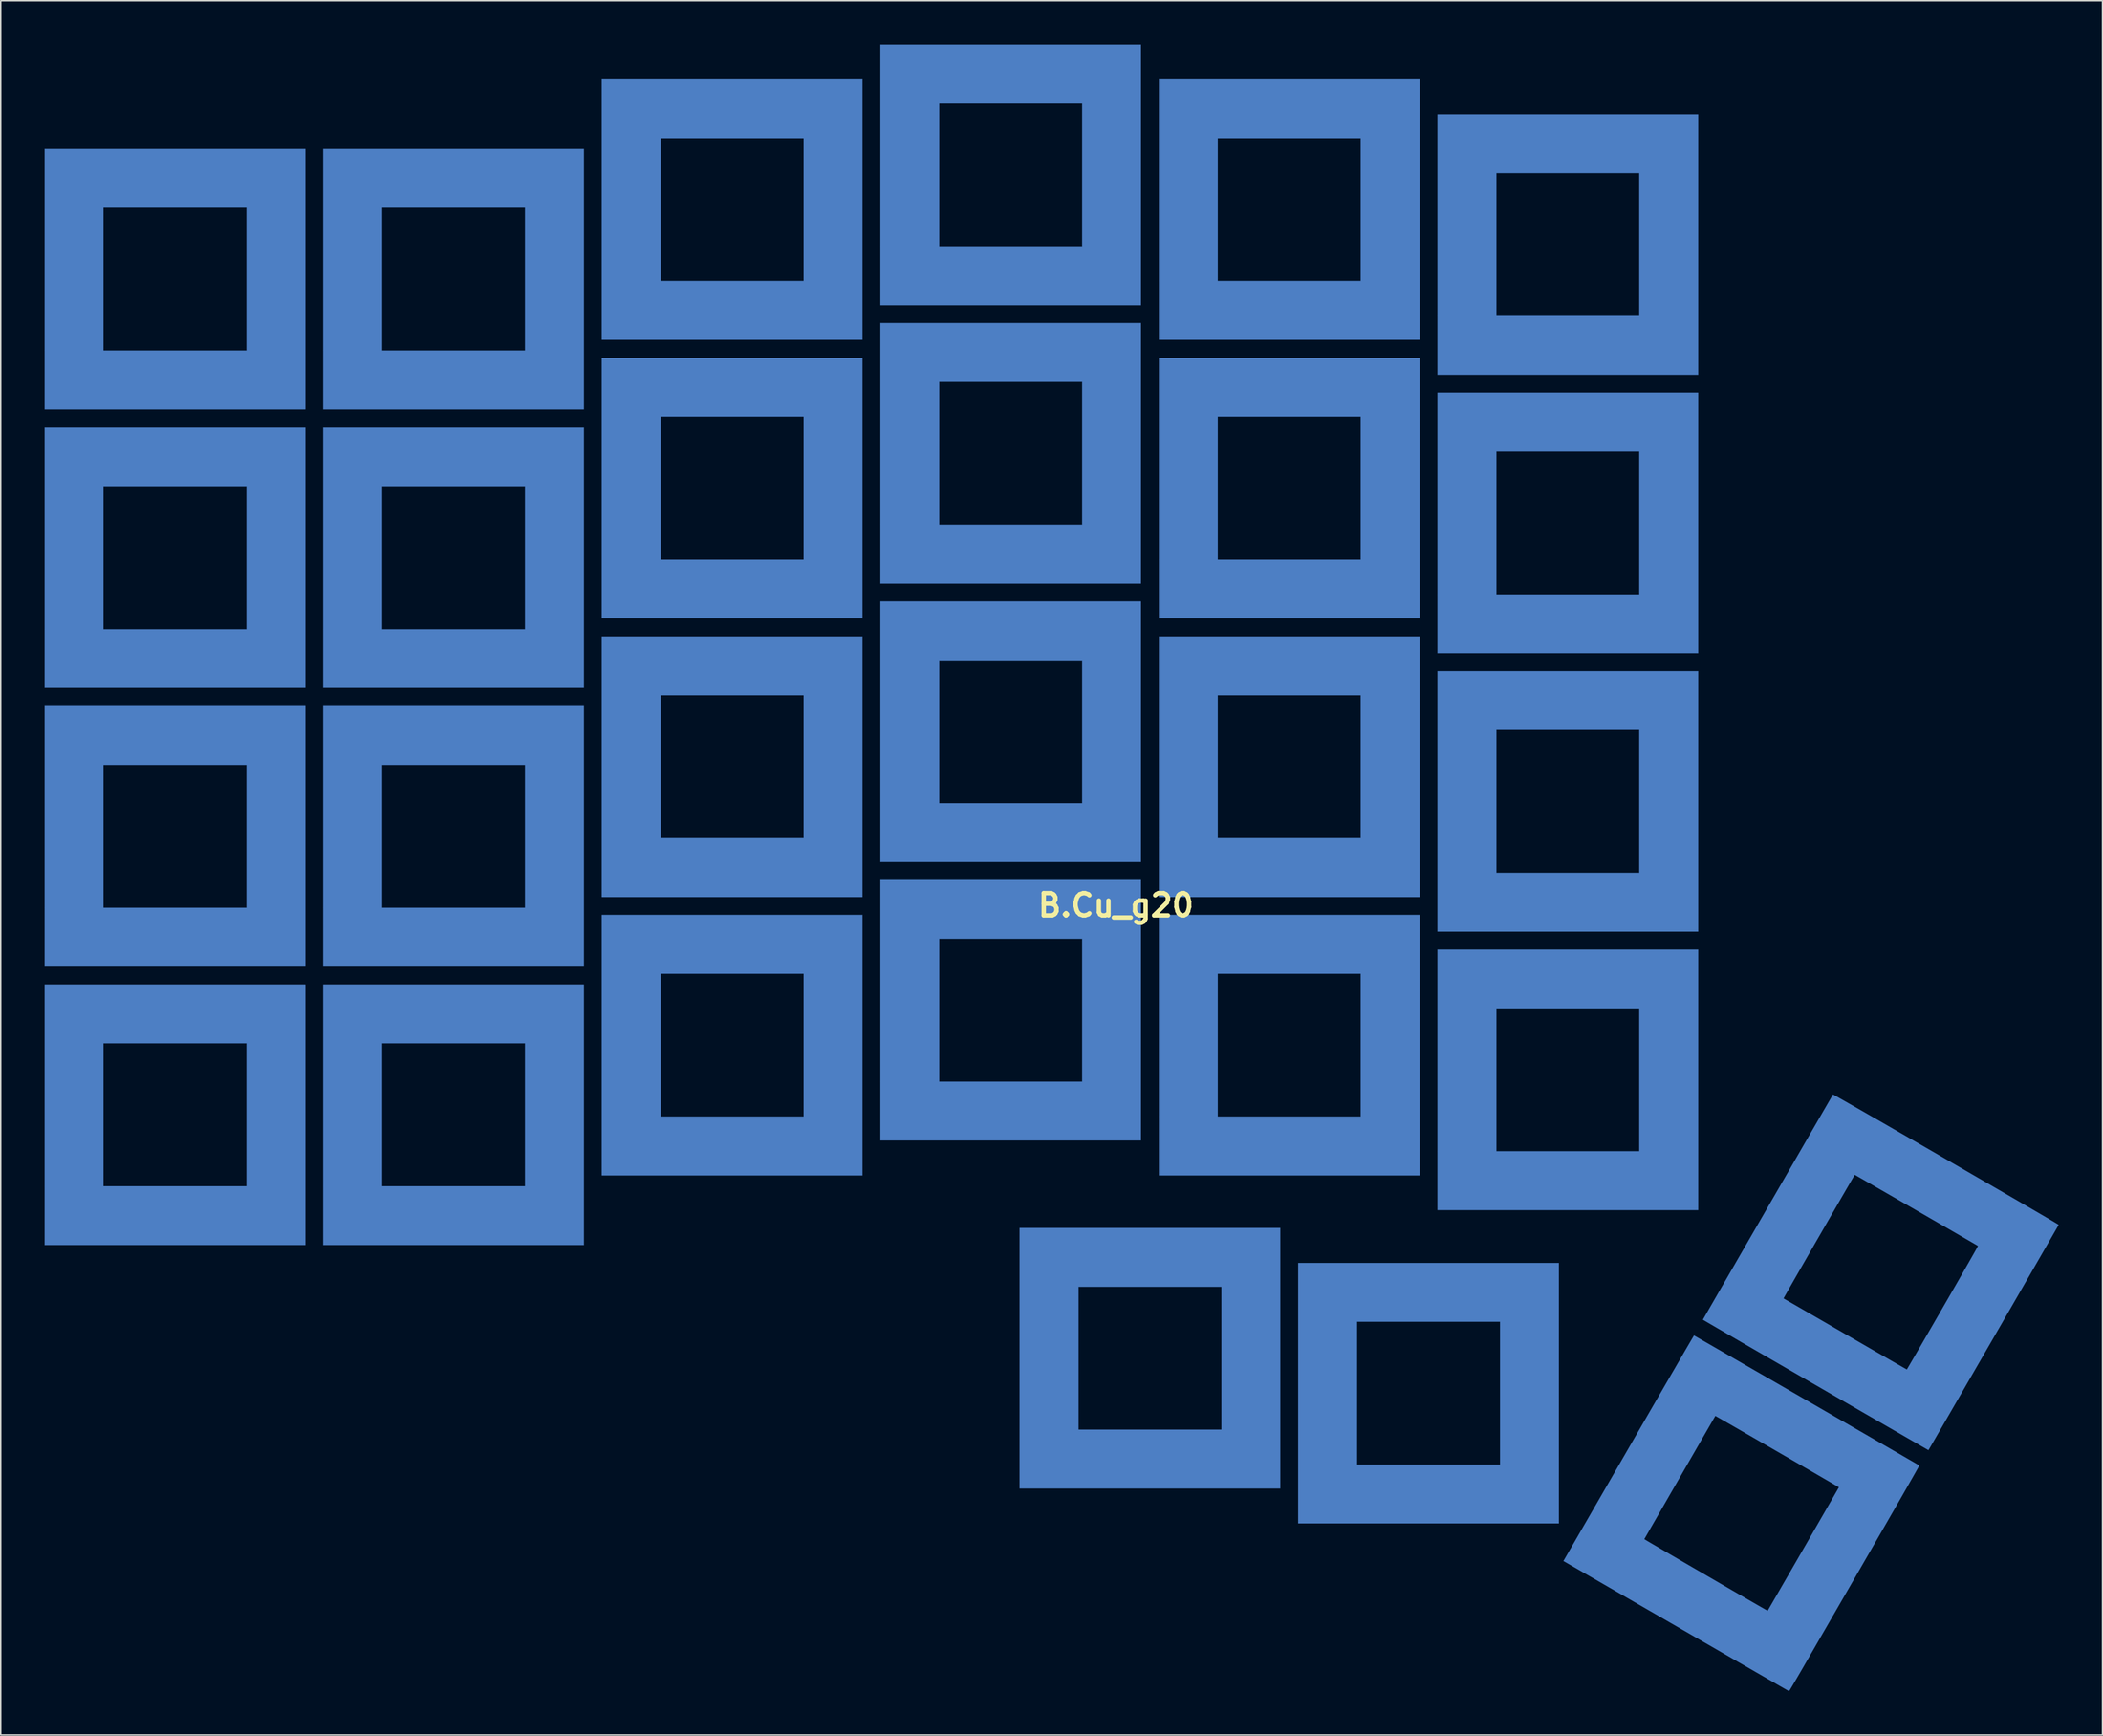
<source format=kicad_pcb>
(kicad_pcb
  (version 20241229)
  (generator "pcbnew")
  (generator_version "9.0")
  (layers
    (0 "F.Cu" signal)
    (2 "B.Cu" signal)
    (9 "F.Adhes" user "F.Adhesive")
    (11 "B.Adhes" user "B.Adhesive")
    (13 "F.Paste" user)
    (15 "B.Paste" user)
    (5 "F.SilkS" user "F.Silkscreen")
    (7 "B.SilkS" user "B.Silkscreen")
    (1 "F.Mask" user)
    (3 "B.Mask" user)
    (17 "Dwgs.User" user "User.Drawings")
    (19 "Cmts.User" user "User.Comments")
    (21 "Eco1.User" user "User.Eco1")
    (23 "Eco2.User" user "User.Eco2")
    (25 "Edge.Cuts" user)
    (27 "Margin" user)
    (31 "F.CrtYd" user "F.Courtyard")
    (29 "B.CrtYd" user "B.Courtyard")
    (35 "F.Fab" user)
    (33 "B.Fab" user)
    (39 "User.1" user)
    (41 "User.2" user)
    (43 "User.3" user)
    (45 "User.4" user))
  (footprint "B.Cu_g20"
    (layer "F.Cu")
    (at 73.263 58.891)
    (property "Reference" "B.Cu_g20" (at 0 0 0) (layer "F.SilkS") (effects (font (size 1.524 1.524) (thickness 0.3))))
    (attr through_hole)
    (fp_poly (pts (xy -55.435 -33.93) (xy -73.258 -33.93) (xy -73.258 -47.731) (xy -69.236 -47.731) (xy -69.236 -37.952) (xy -59.457 -37.952) (xy -59.457 -47.731) (xy -69.236 -47.731) (xy -73.258 -47.731) (xy -73.258 -51.752) (xy -55.435 -51.752) (xy -55.435 -33.93)) (stroke (width 0.01) (type solid)) (fill yes) (layer "B.Cu"))
    (fp_poly (pts (xy -55.435 -14.88) (xy -73.258 -14.88) (xy -73.258 -28.681) (xy -69.236 -28.681) (xy -69.236 -18.881) (xy -59.457 -18.881) (xy -59.457 -28.681) (xy -69.236 -28.681) (xy -73.258 -28.681) (xy -73.258 -32.681) (xy -55.435 -32.681) (xy -55.435 -14.88)) (stroke (width 0.01) (type solid)) (fill yes) (layer "B.Cu"))
    (fp_poly (pts (xy -55.435 4.191) (xy -73.258 4.191) (xy -73.258 -9.61) (xy -69.236 -9.61) (xy -69.236 0.169) (xy -59.457 0.169) (xy -59.457 -9.61) (xy -69.236 -9.61) (xy -73.258 -9.61) (xy -73.258 -13.631) (xy -55.435 -13.631) (xy -55.435 4.191)) (stroke (width 0.01) (type solid)) (fill yes) (layer "B.Cu"))
    (fp_poly (pts (xy -55.435 23.241) (xy -73.258 23.241) (xy -73.258 9.44) (xy -69.236 9.44) (xy -69.236 19.219) (xy -59.457 19.219) (xy -59.457 9.44) (xy -69.236 9.44) (xy -73.258 9.44) (xy -73.258 5.419) (xy -55.435 5.419) (xy -55.435 23.241)) (stroke (width 0.01) (type solid)) (fill yes) (layer "B.Cu"))
    (fp_poly (pts (xy -36.386 -33.93) (xy -54.208 -33.93) (xy -54.208 -47.731) (xy -50.186 -47.731) (xy -50.186 -37.952) (xy -40.407 -37.952) (xy -40.407 -47.731) (xy -50.186 -47.731) (xy -54.208 -47.731) (xy -54.208 -51.752) (xy -36.386 -51.752) (xy -36.386 -33.93)) (stroke (width 0.01) (type solid)) (fill yes) (layer "B.Cu"))
    (fp_poly (pts (xy -36.386 -14.88) (xy -54.208 -14.88) (xy -54.208 -28.681) (xy -50.186 -28.681) (xy -50.186 -18.881) (xy -40.407 -18.881) (xy -40.407 -28.681) (xy -50.186 -28.681) (xy -54.208 -28.681) (xy -54.208 -32.681) (xy -36.386 -32.681) (xy -36.386 -14.88)) (stroke (width 0.01) (type solid)) (fill yes) (layer "B.Cu"))
    (fp_poly (pts (xy -36.386 4.191) (xy -54.208 4.191) (xy -54.208 -9.61) (xy -50.186 -9.61) (xy -50.186 0.169) (xy -40.407 0.169) (xy -40.407 -9.61) (xy -50.186 -9.61) (xy -54.208 -9.61) (xy -54.208 -13.631) (xy -36.386 -13.631) (xy -36.386 4.191)) (stroke (width 0.01) (type solid)) (fill yes) (layer "B.Cu"))
    (fp_poly (pts (xy -36.386 23.241) (xy -54.208 23.241) (xy -54.208 9.44) (xy -50.186 9.44) (xy -50.186 19.219) (xy -40.407 19.219) (xy -40.407 9.44) (xy -50.186 9.44) (xy -54.208 9.44) (xy -54.208 5.419) (xy -36.386 5.419) (xy -36.386 23.241)) (stroke (width 0.01) (type solid)) (fill yes) (layer "B.Cu"))
    (fp_poly (pts (xy -17.335 -38.693) (xy -35.158 -38.693) (xy -35.158 -52.493) (xy -31.136 -52.493) (xy -31.136 -42.714) (xy -21.357 -42.714) (xy -21.357 -52.493) (xy -31.136 -52.493) (xy -35.158 -52.493) (xy -35.158 -56.515) (xy -17.335 -56.515) (xy -17.335 -38.693)) (stroke (width 0.01) (type solid)) (fill yes) (layer "B.Cu"))
    (fp_poly (pts (xy -17.335 -19.643) (xy -35.158 -19.643) (xy -35.158 -33.443) (xy -31.136 -33.443) (xy -31.136 -23.643) (xy -21.357 -23.643) (xy -21.357 -33.443) (xy -31.136 -33.443) (xy -35.158 -33.443) (xy -35.158 -37.444) (xy -17.335 -37.444) (xy -17.335 -19.643)) (stroke (width 0.01) (type solid)) (fill yes) (layer "B.Cu"))
    (fp_poly (pts (xy -17.335 -0.572) (xy -35.158 -0.572) (xy -35.158 -14.372) (xy -31.136 -14.372) (xy -31.136 -4.593) (xy -21.357 -4.593) (xy -21.357 -14.372) (xy -31.136 -14.372) (xy -35.158 -14.372) (xy -35.158 -18.394) (xy -17.335 -18.394) (xy -17.335 -0.572)) (stroke (width 0.01) (type solid)) (fill yes) (layer "B.Cu"))
    (fp_poly (pts (xy -17.335 18.479) (xy -35.158 18.479) (xy -35.158 4.678) (xy -31.136 4.678) (xy -31.136 14.457) (xy -21.357 14.457) (xy -21.357 4.678) (xy -31.136 4.678) (xy -35.158 4.678) (xy -35.158 0.656) (xy -17.335 0.656) (xy -17.335 18.479)) (stroke (width 0.01) (type solid)) (fill yes) (layer "B.Cu"))
    (fp_poly (pts (xy 1.714 -41.063) (xy -16.108 -41.063) (xy -16.108 -54.864) (xy -12.086 -54.864) (xy -12.086 -45.085) (xy -2.307 -45.085) (xy -2.307 -54.864) (xy -12.086 -54.864) (xy -16.108 -54.864) (xy -16.108 -58.886) (xy 1.714 -58.886) (xy 1.714 -41.063)) (stroke (width 0.01) (type solid)) (fill yes) (layer "B.Cu"))
    (fp_poly (pts (xy 1.714 -22.013) (xy -16.108 -22.013) (xy -16.108 -35.814) (xy -12.086 -35.814) (xy -12.086 -26.035) (xy -2.307 -26.035) (xy -2.307 -35.814) (xy -12.086 -35.814) (xy -16.108 -35.814) (xy -16.108 -39.836) (xy 1.714 -39.836) (xy 1.714 -22.013)) (stroke (width 0.01) (type solid)) (fill yes) (layer "B.Cu"))
    (fp_poly (pts (xy 1.714 -2.963) (xy -16.108 -2.963) (xy -16.108 -16.764) (xy -12.086 -16.764) (xy -12.086 -6.985) (xy -2.307 -6.985) (xy -2.307 -16.764) (xy -12.086 -16.764) (xy -16.108 -16.764) (xy -16.108 -20.786) (xy 1.714 -20.786) (xy 1.714 -2.963)) (stroke (width 0.01) (type solid)) (fill yes) (layer "B.Cu"))
    (fp_poly (pts (xy 1.714 16.087) (xy -16.108 16.087) (xy -16.108 2.286) (xy -12.086 2.286) (xy -12.086 12.065) (xy -2.307 12.065) (xy -2.307 2.286) (xy -12.086 2.286) (xy -16.108 2.286) (xy -16.108 -1.736) (xy 1.714 -1.736) (xy 1.714 16.087)) (stroke (width 0.01) (type solid)) (fill yes) (layer "B.Cu"))
    (fp_poly (pts (xy 11.239 39.899) (xy -6.583 39.899) (xy -6.583 26.099) (xy -2.561 26.099) (xy -2.561 35.877) (xy 7.218 35.877) (xy 7.218 26.099) (xy -2.561 26.099) (xy -6.583 26.099) (xy -6.583 22.077) (xy 11.239 22.077) (xy 11.239 39.899)) (stroke (width 0.01) (type solid)) (fill yes) (layer "B.Cu"))
    (fp_poly (pts (xy 20.765 -38.693) (xy 2.942 -38.693) (xy 2.942 -52.493) (xy 6.964 -52.493) (xy 6.964 -42.714) (xy 16.743 -42.714) (xy 16.743 -52.493) (xy 6.964 -52.493) (xy 2.942 -52.493) (xy 2.942 -56.515) (xy 20.765 -56.515) (xy 20.765 -38.693)) (stroke (width 0.01) (type solid)) (fill yes) (layer "B.Cu"))
    (fp_poly (pts (xy 20.765 -19.643) (xy 2.942 -19.643) (xy 2.942 -33.443) (xy 6.964 -33.443) (xy 6.964 -23.643) (xy 16.743 -23.643) (xy 16.743 -33.443) (xy 6.964 -33.443) (xy 2.942 -33.443) (xy 2.942 -37.444) (xy 20.765 -37.444) (xy 20.765 -19.643)) (stroke (width 0.01) (type solid)) (fill yes) (layer "B.Cu"))
    (fp_poly (pts (xy 20.765 -0.572) (xy 2.942 -0.572) (xy 2.942 -14.372) (xy 6.964 -14.372) (xy 6.964 -4.593) (xy 16.743 -4.593) (xy 16.743 -14.372) (xy 6.964 -14.372) (xy 2.942 -14.372) (xy 2.942 -18.394) (xy 20.765 -18.394) (xy 20.765 -0.572)) (stroke (width 0.01) (type solid)) (fill yes) (layer "B.Cu"))
    (fp_poly (pts (xy 20.765 18.479) (xy 2.942 18.479) (xy 2.942 4.678) (xy 6.964 4.678) (xy 6.964 14.457) (xy 16.743 14.457) (xy 16.743 4.678) (xy 6.964 4.678) (xy 2.942 4.678) (xy 2.942 0.656) (xy 20.765 0.656) (xy 20.765 18.479)) (stroke (width 0.01) (type solid)) (fill yes) (layer "B.Cu"))
    (fp_poly (pts (xy 30.29 42.291) (xy 12.467 42.291) (xy 12.467 28.49) (xy 16.489 28.49) (xy 16.489 38.269) (xy 26.268 38.269) (xy 26.268 28.49) (xy 16.489 28.49) (xy 12.467 28.49) (xy 12.467 24.469) (xy 30.29 24.469) (xy 30.29 42.291)) (stroke (width 0.01) (type solid)) (fill yes) (layer "B.Cu"))
    (fp_poly (pts (xy 39.815 -36.301) (xy 21.992 -36.301) (xy 21.992 -50.102) (xy 26.014 -50.102) (xy 26.014 -40.322) (xy 35.793 -40.322) (xy 35.793 -50.102) (xy 26.014 -50.102) (xy 21.992 -50.102) (xy 21.992 -54.123) (xy 39.815 -54.123) (xy 39.815 -36.301)) (stroke (width 0.01) (type solid)) (fill yes) (layer "B.Cu"))
    (fp_poly (pts (xy 39.815 -17.251) (xy 21.992 -17.251) (xy 21.992 -31.052) (xy 26.014 -31.052) (xy 26.014 -21.273) (xy 35.793 -21.273) (xy 35.793 -31.052) (xy 26.014 -31.052) (xy 21.992 -31.052) (xy 21.992 -35.073) (xy 39.815 -35.073) (xy 39.815 -17.251)) (stroke (width 0.01) (type solid)) (fill yes) (layer "B.Cu"))
    (fp_poly (pts (xy 39.815 1.799) (xy 21.992 1.799) (xy 21.992 -12.002) (xy 26.014 -12.002) (xy 26.014 -2.223) (xy 35.793 -2.223) (xy 35.793 -12.002) (xy 26.014 -12.002) (xy 21.992 -12.002) (xy 21.992 -16.023) (xy 39.815 -16.023) (xy 39.815 1.799)) (stroke (width 0.01) (type solid)) (fill yes) (layer "B.Cu"))
    (fp_poly (pts (xy 39.815 20.849) (xy 21.992 20.849) (xy 21.992 7.048) (xy 26.014 7.048) (xy 26.014 16.828) (xy 35.793 16.828) (xy 35.793 7.048) (xy 26.014 7.048) (xy 21.992 7.048) (xy 21.992 3.027) (xy 39.815 3.027) (xy 39.815 20.849)) (stroke (width 0.01) (type solid)) (fill yes) (layer "B.Cu"))
    (fp_poly (pts (xy 39.553 29.447) (xy 39.607 29.478) (xy 39.696 29.528) (xy 39.817 29.598) (xy 39.968 29.685) (xy 40.149 29.789) (xy 40.358 29.909) (xy 40.593 30.044) (xy 40.853 30.194) (xy 41.137 30.358) (xy 41.442 30.534) (xy 41.768 30.722) (xy 42.114 30.921) (xy 42.476 31.13) (xy 42.855 31.349) (xy 43.249 31.576) (xy 43.656 31.811) (xy 44.075 32.052) (xy 44.504 32.3) (xy 44.942 32.553) (xy 45.387 32.81) (xy 45.838 33.07) (xy 46.294 33.334) (xy 46.752 33.598) (xy 47.212 33.864) (xy 47.673 34.13) (xy 48.131 34.395) (xy 48.587 34.658) (xy 49.039 34.919) (xy 49.485 35.177) (xy 49.923 35.43) (xy 50.353 35.679) (xy 50.773 35.921) (xy 51.181 36.157) (xy 51.576 36.385) (xy 51.956 36.605) (xy 52.321 36.816) (xy 52.668 37.016) (xy 52.995 37.206) (xy 53.303 37.384) (xy 53.589 37.549) (xy 53.851 37.701) (xy 54.088 37.839) (xy 54.299 37.961) (xy 54.483 38.067) (xy 54.637 38.157) (xy 54.761 38.229) (xy 54.852 38.282) (xy 54.91 38.316) (xy 54.933 38.33) (xy 54.933 38.33) (xy 54.924 38.349) (xy 54.895 38.404) (xy 54.845 38.493) (xy 54.777 38.615) (xy 54.691 38.768) (xy 54.587 38.952) (xy 54.467 39.164) (xy 54.33 39.403) (xy 54.179 39.669) (xy 54.012 39.96) (xy 53.833 40.274) (xy 53.64 40.61) (xy 53.434 40.968) (xy 53.218 41.345) (xy 52.99 41.74) (xy 52.753 42.153) (xy 52.506 42.581) (xy 52.251 43.024) (xy 51.988 43.48) (xy 51.718 43.948) (xy 51.684 44.008) (xy 51.407 44.487) (xy 51.128 44.97) (xy 50.849 45.454) (xy 50.57 45.937) (xy 50.293 46.417) (xy 50.019 46.892) (xy 49.749 47.36) (xy 49.484 47.818) (xy 49.227 48.264) (xy 48.977 48.697) (xy 48.737 49.113) (xy 48.507 49.511) (xy 48.288 49.889) (xy 48.083 50.245) (xy 47.892 50.576) (xy 47.717 50.88) (xy 47.558 51.155) (xy 47.417 51.399) (xy 47.295 51.61) (xy 47.234 51.715) (xy 47.078 51.986) (xy 46.927 52.247) (xy 46.783 52.494) (xy 46.647 52.726) (xy 46.522 52.941) (xy 46.407 53.136) (xy 46.305 53.309) (xy 46.217 53.457) (xy 46.144 53.579) (xy 46.088 53.671) (xy 46.05 53.732) (xy 46.031 53.76) (xy 46.029 53.761) (xy 46.009 53.75) (xy 45.954 53.719) (xy 45.865 53.668) (xy 45.742 53.598) (xy 45.588 53.51) (xy 45.403 53.404) (xy 45.189 53.281) (xy 44.947 53.141) (xy 44.677 52.986) (xy 44.382 52.816) (xy 44.063 52.632) (xy 43.72 52.435) (xy 43.355 52.224) (xy 42.969 52.001) (xy 42.563 51.767) (xy 42.139 51.523) (xy 41.698 51.268) (xy 41.24 51.004) (xy 40.768 50.731) (xy 40.282 50.451) (xy 39.784 50.163) (xy 39.274 49.868) (xy 38.755 49.568) (xy 38.428 49.379) (xy 37.902 49.075) (xy 37.385 48.776) (xy 36.877 48.483) (xy 36.381 48.197) (xy 35.898 47.917) (xy 35.428 47.646) (xy 34.973 47.383) (xy 34.535 47.13) (xy 34.114 46.886) (xy 33.711 46.654) (xy 33.329 46.433) (xy 32.967 46.224) (xy 32.628 46.028) (xy 32.313 45.846) (xy 32.022 45.678) (xy 31.758 45.525) (xy 31.521 45.388) (xy 31.312 45.268) (xy 31.133 45.164) (xy 30.985 45.079) (xy 30.87 45.012) (xy 30.788 44.965) (xy 30.74 44.937) (xy 30.729 44.931) (xy 30.607 44.862) (xy 31.47 43.368) (xy 36.127 43.368) (xy 36.145 43.38) (xy 36.197 43.412) (xy 36.282 43.463) (xy 36.398 43.532) (xy 36.542 43.617) (xy 36.714 43.718) (xy 36.91 43.833) (xy 37.129 43.961) (xy 37.369 44.101) (xy 37.627 44.252) (xy 37.903 44.413) (xy 38.194 44.583) (xy 38.498 44.76) (xy 38.812 44.943) (xy 39.136 45.131) (xy 39.467 45.324) (xy 39.803 45.519) (xy 40.143 45.716) (xy 40.483 45.914) (xy 40.823 46.111) (xy 41.16 46.307) (xy 41.492 46.5) (xy 41.817 46.688) (xy 42.134 46.872) (xy 42.44 47.049) (xy 42.734 47.219) (xy 43.013 47.38) (xy 43.275 47.532) (xy 43.519 47.673) (xy 43.743 47.802) (xy 43.944 47.918) (xy 44.121 48.019) (xy 44.271 48.105) (xy 44.393 48.175) (xy 44.485 48.226) (xy 44.544 48.259) (xy 44.569 48.272) (xy 44.57 48.272) (xy 44.581 48.254) (xy 44.611 48.201) (xy 44.662 48.114) (xy 44.73 47.996) (xy 44.816 47.847) (xy 44.919 47.67) (xy 45.037 47.465) (xy 45.17 47.236) (xy 45.316 46.983) (xy 45.475 46.707) (xy 45.646 46.411) (xy 45.828 46.097) (xy 46.02 45.765) (xy 46.22 45.417) (xy 46.429 45.056) (xy 46.645 44.682) (xy 46.867 44.297) (xy 47.009 44.051) (xy 47.235 43.66) (xy 47.455 43.279) (xy 47.668 42.909) (xy 47.874 42.552) (xy 48.071 42.209) (xy 48.259 41.883) (xy 48.437 41.575) (xy 48.603 41.286) (xy 48.758 41.018) (xy 48.899 40.772) (xy 49.026 40.551) (xy 49.138 40.356) (xy 49.234 40.188) (xy 49.314 40.05) (xy 49.375 39.942) (xy 49.418 39.866) (xy 49.441 39.825) (xy 49.445 39.817) (xy 49.427 39.806) (xy 49.375 39.774) (xy 49.289 39.724) (xy 49.173 39.656) (xy 49.028 39.571) (xy 48.856 39.471) (xy 48.66 39.356) (xy 48.44 39.229) (xy 48.2 39.089) (xy 47.941 38.939) (xy 47.665 38.779) (xy 47.374 38.61) (xy 47.069 38.434) (xy 46.754 38.251) (xy 46.43 38.064) (xy 46.099 37.872) (xy 45.762 37.677) (xy 45.422 37.481) (xy 45.082 37.284) (xy 44.742 37.087) (xy 44.404 36.893) (xy 44.072 36.701) (xy 43.746 36.512) (xy 43.429 36.329) (xy 43.122 36.153) (xy 42.828 35.983) (xy 42.549 35.822) (xy 42.286 35.671) (xy 42.042 35.53) (xy 41.818 35.402) (xy 41.617 35.286) (xy 41.44 35.184) (xy 41.289 35.098) (xy 41.167 35.029) (xy 41.075 34.977) (xy 41.016 34.943) (xy 40.99 34.93) (xy 40.99 34.93) (xy 40.977 34.951) (xy 40.945 35.006) (xy 40.893 35.095) (xy 40.824 35.214) (xy 40.739 35.361) (xy 40.638 35.535) (xy 40.523 35.734) (xy 40.395 35.956) (xy 40.255 36.198) (xy 40.105 36.46) (xy 39.944 36.738) (xy 39.775 37.03) (xy 39.599 37.336) (xy 39.417 37.652) (xy 39.229 37.978) (xy 39.038 38.31) (xy 38.843 38.647) (xy 38.648 38.987) (xy 38.451 39.328) (xy 38.255 39.668) (xy 38.061 40.005) (xy 37.87 40.336) (xy 37.683 40.661) (xy 37.501 40.977) (xy 37.325 41.282) (xy 37.157 41.574) (xy 36.998 41.852) (xy 36.848 42.112) (xy 36.709 42.353) (xy 36.582 42.574) (xy 36.469 42.772) (xy 36.369 42.945) (xy 36.285 43.091) (xy 36.218 43.208) (xy 36.168 43.295) (xy 36.138 43.349) (xy 36.127 43.368) (xy 31.47 43.368) (xy 35.062 37.147) (xy 35.368 36.617) (xy 35.668 36.097) (xy 35.963 35.587) (xy 36.251 35.089) (xy 36.531 34.604) (xy 36.804 34.133) (xy 37.068 33.677) (xy 37.322 33.238) (xy 37.566 32.816) (xy 37.799 32.414) (xy 38.02 32.032) (xy 38.23 31.671) (xy 38.426 31.332) (xy 38.609 31.017) (xy 38.777 30.727) (xy 38.93 30.463) (xy 39.068 30.227) (xy 39.189 30.019) (xy 39.293 29.841) (xy 39.38 29.693) (xy 39.448 29.578) (xy 39.496 29.496) (xy 39.525 29.448) (xy 39.533 29.436) (xy 39.553 29.447)) (stroke (width 0.01) (type solid)) (fill yes) (layer "B.Cu"))
    (fp_poly (pts (xy 49.058 12.959) (xy 49.113 12.988) (xy 49.202 13.037) (xy 49.323 13.104) (xy 49.474 13.19) (xy 49.655 13.292) (xy 49.864 13.411) (xy 50.099 13.545) (xy 50.359 13.693) (xy 50.642 13.855) (xy 50.948 14.03) (xy 51.274 14.217) (xy 51.619 14.415) (xy 51.982 14.623) (xy 52.361 14.841) (xy 52.754 15.067) (xy 53.161 15.302) (xy 53.58 15.543) (xy 54.009 15.79) (xy 54.447 16.042) (xy 54.892 16.299) (xy 55.343 16.559) (xy 55.799 16.822) (xy 56.257 17.087) (xy 56.718 17.353) (xy 57.178 17.619) (xy 57.637 17.884) (xy 58.093 18.148) (xy 58.545 18.41) (xy 58.991 18.668) (xy 59.43 18.922) (xy 59.86 19.171) (xy 60.281 19.415) (xy 60.689 19.652) (xy 61.085 19.882) (xy 61.466 20.103) (xy 61.831 20.315) (xy 62.179 20.518) (xy 62.508 20.709) (xy 62.816 20.889) (xy 63.103 21.056) (xy 63.366 21.21) (xy 63.605 21.35) (xy 63.818 21.475) (xy 64.003 21.584) (xy 64.159 21.676) (xy 64.284 21.751) (xy 64.377 21.808) (xy 64.437 21.845) (xy 64.462 21.862) (xy 64.463 21.863) (xy 64.451 21.884) (xy 64.419 21.941) (xy 64.368 22.031) (xy 64.298 22.153) (xy 64.21 22.306) (xy 64.105 22.489) (xy 63.984 22.699) (xy 63.848 22.935) (xy 63.698 23.196) (xy 63.534 23.48) (xy 63.357 23.787) (xy 63.169 24.114) (xy 62.969 24.46) (xy 62.76 24.823) (xy 62.541 25.203) (xy 62.313 25.597) (xy 62.078 26.004) (xy 61.837 26.423) (xy 61.589 26.852) (xy 61.336 27.291) (xy 61.079 27.736) (xy 60.818 28.187) (xy 60.555 28.643) (xy 60.29 29.101) (xy 60.025 29.561) (xy 59.759 30.021) (xy 59.494 30.48) (xy 59.231 30.936) (xy 58.97 31.387) (xy 58.712 31.833) (xy 58.459 32.271) (xy 58.211 32.701) (xy 57.969 33.12) (xy 57.733 33.528) (xy 57.505 33.922) (xy 57.285 34.302) (xy 57.075 34.666) (xy 56.874 35.012) (xy 56.685 35.34) (xy 56.507 35.647) (xy 56.342 35.932) (xy 56.19 36.194) (xy 56.053 36.431) (xy 55.931 36.641) (xy 55.824 36.824) (xy 55.735 36.978) (xy 55.663 37.101) (xy 55.61 37.192) (xy 55.576 37.25) (xy 55.563 37.272) (xy 55.562 37.273) (xy 55.544 37.262) (xy 55.489 37.231) (xy 55.401 37.18) (xy 55.279 37.11) (xy 55.126 37.022) (xy 54.942 36.916) (xy 54.728 36.792) (xy 54.486 36.653) (xy 54.217 36.498) (xy 53.922 36.328) (xy 53.603 36.143) (xy 53.26 35.946) (xy 52.895 35.735) (xy 52.509 35.512) (xy 52.102 35.277) (xy 51.678 35.032) (xy 51.235 34.777) (xy 50.777 34.512) (xy 50.303 34.238) (xy 49.816 33.957) (xy 49.316 33.668) (xy 48.804 33.372) (xy 48.282 33.07) (xy 47.847 32.819) (xy 47.318 32.513) (xy 46.798 32.213) (xy 46.288 31.918) (xy 45.791 31.63) (xy 45.306 31.349) (xy 44.835 31.077) (xy 44.38 30.813) (xy 43.941 30.559) (xy 43.52 30.315) (xy 43.118 30.082) (xy 42.736 29.861) (xy 42.376 29.651) (xy 42.038 29.455) (xy 41.723 29.272) (xy 41.434 29.104) (xy 41.17 28.951) (xy 40.934 28.813) (xy 40.727 28.692) (xy 40.549 28.588) (xy 40.402 28.502) (xy 40.287 28.434) (xy 40.205 28.386) (xy 40.158 28.357) (xy 40.146 28.349) (xy 40.157 28.33) (xy 40.188 28.275) (xy 40.239 28.186) (xy 40.308 28.065) (xy 40.395 27.914) (xy 40.499 27.733) (xy 40.619 27.524) (xy 40.755 27.289) (xy 40.905 27.029) (xy 40.98 26.898) (xy 45.65 26.898) (xy 45.669 26.909) (xy 45.724 26.941) (xy 45.812 26.992) (xy 45.932 27.061) (xy 46.082 27.147) (xy 46.26 27.25) (xy 46.466 27.369) (xy 46.696 27.502) (xy 46.95 27.649) (xy 47.227 27.808) (xy 47.523 27.98) (xy 47.838 28.162) (xy 48.171 28.354) (xy 48.519 28.555) (xy 48.88 28.764) (xy 49.254 28.981) (xy 49.639 29.203) (xy 49.869 29.336) (xy 50.259 29.561) (xy 50.639 29.781) (xy 51.008 29.994) (xy 51.364 30.2) (xy 51.705 30.397) (xy 52.031 30.585) (xy 52.339 30.762) (xy 52.627 30.928) (xy 52.894 31.082) (xy 53.139 31.223) (xy 53.359 31.349) (xy 53.554 31.461) (xy 53.721 31.556) (xy 53.858 31.635) (xy 53.965 31.695) (xy 54.04 31.737) (xy 54.08 31.76) (xy 54.088 31.763) (xy 54.1 31.745) (xy 54.132 31.691) (xy 54.183 31.604) (xy 54.253 31.486) (xy 54.34 31.337) (xy 54.444 31.159) (xy 54.563 30.955) (xy 54.697 30.725) (xy 54.844 30.472) (xy 55.004 30.196) (xy 55.176 29.9) (xy 55.358 29.585) (xy 55.551 29.253) (xy 55.752 28.905) (xy 55.961 28.544) (xy 56.177 28.17) (xy 56.4 27.785) (xy 56.54 27.541) (xy 56.777 27.131) (xy 57.006 26.734) (xy 57.226 26.352) (xy 57.437 25.985) (xy 57.638 25.635) (xy 57.828 25.303) (xy 58.006 24.992) (xy 58.172 24.702) (xy 58.324 24.436) (xy 58.462 24.193) (xy 58.585 23.977) (xy 58.692 23.788) (xy 58.782 23.628) (xy 58.854 23.499) (xy 58.908 23.401) (xy 58.942 23.336) (xy 58.957 23.306) (xy 58.957 23.304) (xy 58.937 23.292) (xy 58.883 23.26) (xy 58.796 23.209) (xy 58.678 23.14) (xy 58.531 23.055) (xy 58.358 22.955) (xy 58.16 22.84) (xy 57.939 22.712) (xy 57.697 22.572) (xy 57.437 22.421) (xy 57.16 22.261) (xy 56.868 22.092) (xy 56.563 21.916) (xy 56.247 21.733) (xy 55.922 21.545) (xy 55.591 21.354) (xy 55.254 21.159) (xy 54.914 20.963) (xy 54.574 20.766) (xy 54.234 20.57) (xy 53.897 20.376) (xy 53.566 20.185) (xy 53.241 19.997) (xy 52.925 19.815) (xy 52.62 19.639) (xy 52.327 19.471) (xy 52.05 19.311) (xy 51.789 19.161) (xy 51.547 19.021) (xy 51.326 18.894) (xy 51.128 18.78) (xy 50.954 18.68) (xy 50.807 18.596) (xy 50.689 18.528) (xy 50.601 18.478) (xy 50.546 18.447) (xy 50.526 18.436) (xy 50.526 18.436) (xy 50.513 18.454) (xy 50.481 18.507) (xy 50.431 18.592) (xy 50.362 18.709) (xy 50.277 18.853) (xy 50.177 19.025) (xy 50.063 19.222) (xy 49.935 19.441) (xy 49.796 19.682) (xy 49.645 19.941) (xy 49.485 20.217) (xy 49.317 20.509) (xy 49.141 20.813) (xy 48.959 21.128) (xy 48.771 21.453) (xy 48.58 21.784) (xy 48.386 22.121) (xy 48.19 22.461) (xy 47.993 22.802) (xy 47.797 23.142) (xy 47.603 23.48) (xy 47.412 23.812) (xy 47.224 24.139) (xy 47.042 24.456) (xy 46.865 24.763) (xy 46.697 25.057) (xy 46.536 25.337) (xy 46.385 25.6) (xy 46.245 25.844) (xy 46.117 26.068) (xy 46.002 26.27) (xy 45.902 26.447) (xy 45.816 26.598) (xy 45.747 26.72) (xy 45.695 26.812) (xy 45.663 26.872) (xy 45.65 26.898) (xy 45.65 26.898) (xy 40.98 26.898) (xy 41.068 26.745) (xy 41.244 26.439) (xy 41.432 26.113) (xy 41.631 25.768) (xy 41.841 25.405) (xy 42.059 25.026) (xy 42.287 24.632) (xy 42.521 24.225) (xy 42.763 23.806) (xy 43.011 23.377) (xy 43.263 22.939) (xy 43.52 22.494) (xy 43.781 22.043) (xy 44.044 21.587) (xy 44.309 21.129) (xy 44.574 20.668) (xy 44.84 20.208) (xy 45.105 19.749) (xy 45.368 19.293) (xy 45.629 18.842) (xy 45.887 18.396) (xy 46.14 17.957) (xy 46.389 17.528) (xy 46.631 17.108) (xy 46.867 16.7) (xy 47.095 16.305) (xy 47.315 15.925) (xy 47.526 15.56) (xy 47.726 15.214) (xy 47.916 14.886) (xy 48.093 14.579) (xy 48.259 14.293) (xy 48.41 14.031) (xy 48.548 13.794) (xy 48.67 13.583) (xy 48.776 13.399) (xy 48.866 13.245) (xy 48.938 13.122) (xy 48.991 13.031) (xy 49.024 12.973) (xy 49.038 12.951) (xy 49.038 12.95) (xy 49.058 12.959)) (stroke (width 0.01) (type solid)) (fill yes) (layer "B.Cu")))
  (gr_rect
    (start -3 -3)
    (end 140.731 115.657)
    (stroke (width 0.1) (type default))
    (fill no)
    (layer "Edge.Cuts")))
</source>
